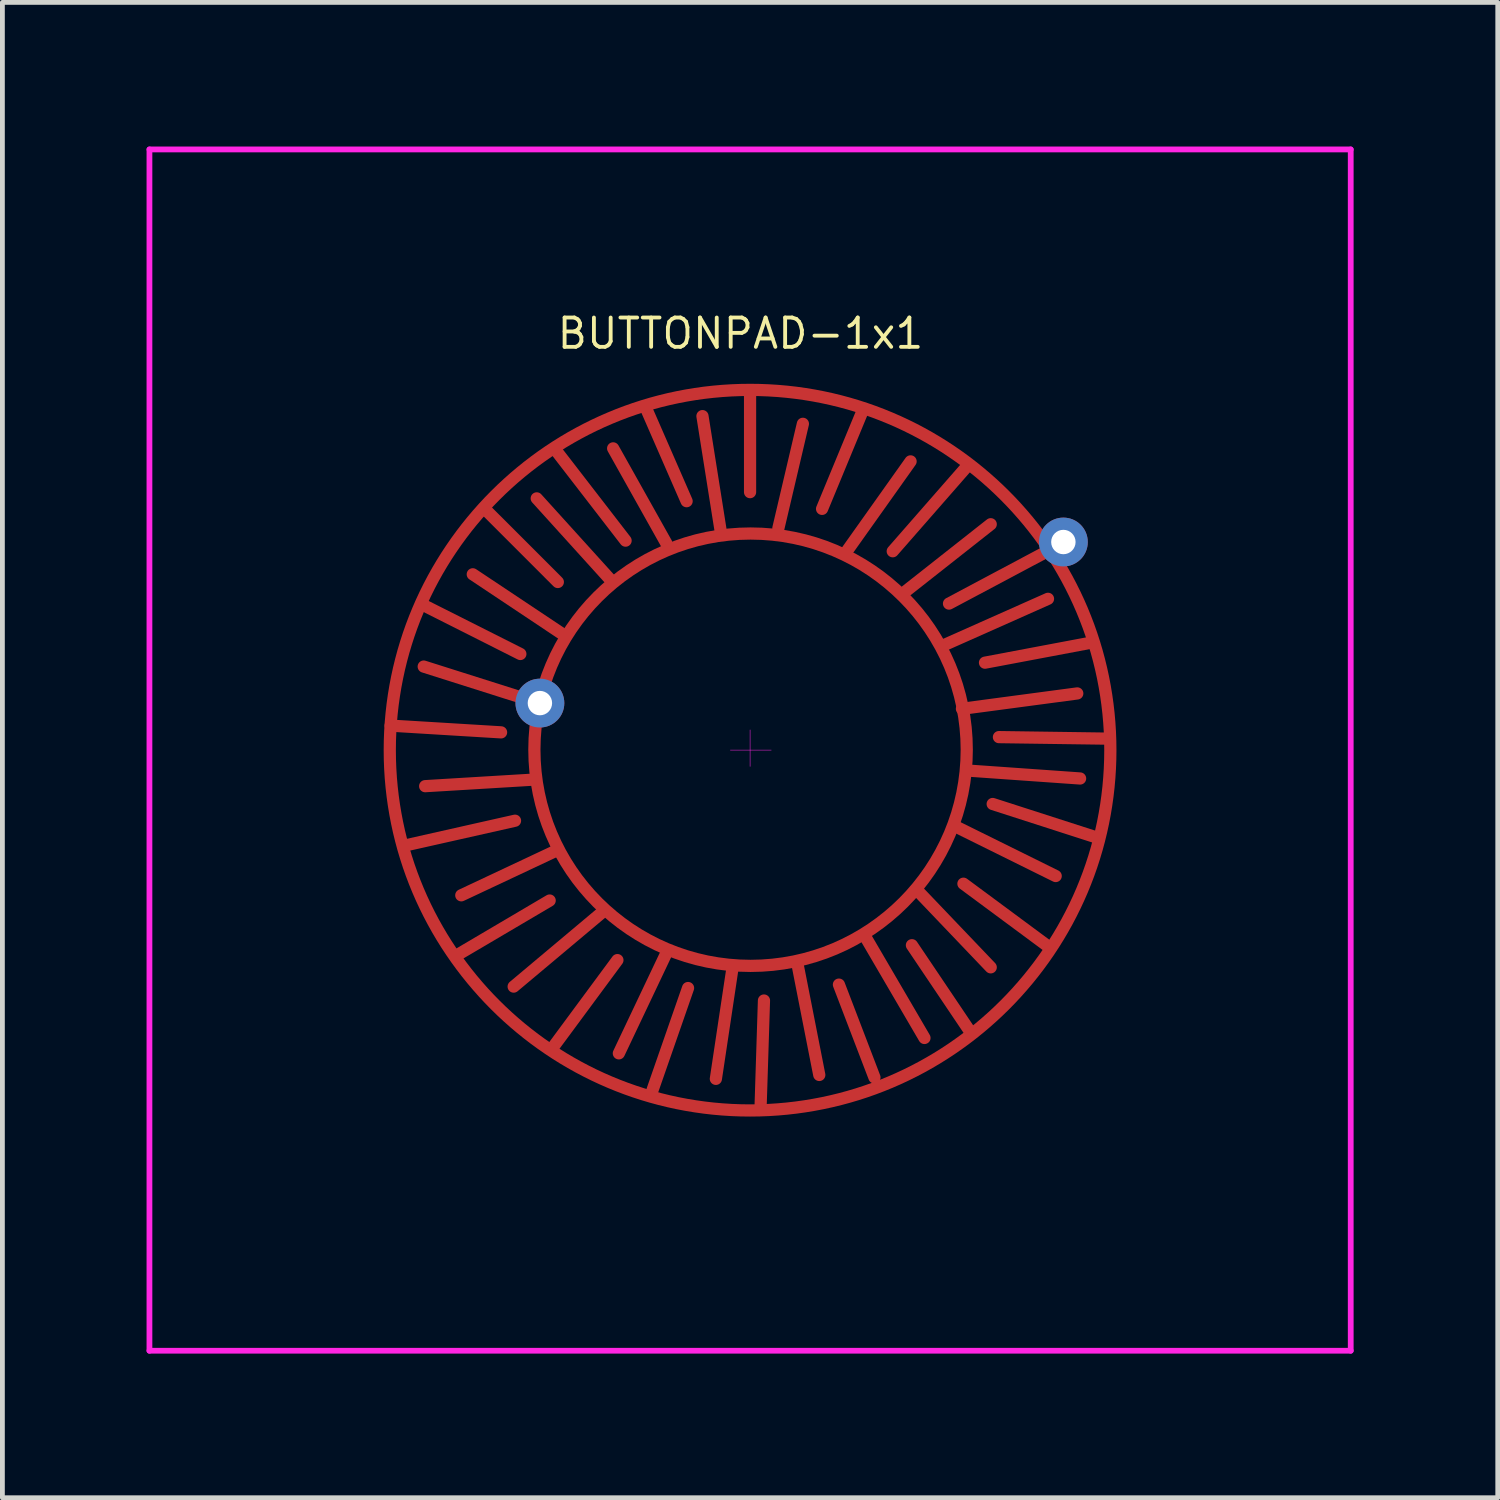
<source format=kicad_pcb>
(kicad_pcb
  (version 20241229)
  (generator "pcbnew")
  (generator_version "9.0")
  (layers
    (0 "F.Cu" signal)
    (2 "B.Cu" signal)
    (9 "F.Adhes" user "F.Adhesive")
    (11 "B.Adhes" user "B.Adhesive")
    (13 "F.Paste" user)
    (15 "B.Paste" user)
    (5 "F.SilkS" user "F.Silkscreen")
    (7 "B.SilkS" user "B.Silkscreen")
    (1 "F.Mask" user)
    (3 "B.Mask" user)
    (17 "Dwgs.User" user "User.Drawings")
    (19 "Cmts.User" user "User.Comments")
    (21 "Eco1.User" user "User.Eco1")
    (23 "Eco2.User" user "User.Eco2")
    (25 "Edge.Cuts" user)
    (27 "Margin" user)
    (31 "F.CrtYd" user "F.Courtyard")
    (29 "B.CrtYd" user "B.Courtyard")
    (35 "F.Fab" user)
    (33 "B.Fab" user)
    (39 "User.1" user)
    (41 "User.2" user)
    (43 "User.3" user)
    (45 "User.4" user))
  (footprint "BUTTONPAD-1x1"
    (layer "F.Cu")
    (at 12.56 12.56)
    (property "Reference" "BUTTONPAD-1x1" (at -0.2 -8.67 0) (layer "F.SilkS") (effects (font (size 0.61 0.61) (thickness 0.08))))
    (attr exclude_from_pos_files exclude_from_bom)
    (fp_line (start -7.481 -0.509) (end -5.182 -0.369) (stroke (width 0.254) (type solid)) (layer "F.Cu"))
    (fp_line (start -7.161 1.981) (end -4.892 1.47) (stroke (width 0.254) (type solid)) (layer "F.Cu"))
    (fp_line (start -6.841 -3.038) (end -4.781 -2) (stroke (width 0.254) (type solid)) (layer "F.Cu"))
    (fp_line (start -6.071 4.251) (end -4.171 3.131) (stroke (width 0.254) (type solid)) (layer "F.Cu"))
    (fp_line (start -5.502 -4.999) (end -4.001 -3.498) (stroke (width 0.254) (type solid)) (layer "F.Cu"))
    (fp_line (start -4.461 -0.999) (end -6.792 -1.738) (stroke (width 0.254) (type solid)) (layer "F.Cu"))
    (fp_line (start -4.461 0.612) (end -6.762 0.751) (stroke (width 0.254) (type solid)) (layer "F.Cu"))
    (fp_line (start -4.092 6.172) (end -2.761 4.371) (stroke (width 0.254) (type solid)) (layer "F.Cu"))
    (fp_line (start -4.011 -6.198) (end -2.591 -4.359) (stroke (width 0.254) (type solid)) (layer "F.Cu"))
    (fp_line (start -4.011 2.082) (end -6.01 3.022) (stroke (width 0.254) (type solid)) (layer "F.Cu"))
    (fp_line (start -3.851 -2.378) (end -5.771 -3.658) (stroke (width 0.254) (type solid)) (layer "F.Cu"))
    (fp_line (start -3.071 3.37) (end -4.92 4.922) (stroke (width 0.254) (type solid)) (layer "F.Cu"))
    (fp_line (start -2.911 -3.549) (end -4.44 -5.238) (stroke (width 0.254) (type solid)) (layer "F.Cu"))
    (fp_line (start -2.162 -7.107) (end -1.321 -5.18) (stroke (width 0.254) (type solid)) (layer "F.Cu"))
    (fp_line (start -2.032 7.081) (end -1.291 4.952) (stroke (width 0.254) (type solid)) (layer "F.Cu"))
    (fp_line (start -1.74 -4.298) (end -2.85 -6.279) (stroke (width 0.254) (type solid)) (layer "F.Cu"))
    (fp_line (start -1.74 4.221) (end -2.731 6.311) (stroke (width 0.254) (type solid)) (layer "F.Cu"))
    (fp_line (start -0.613 -4.567) (end -0.991 -6.95) (stroke (width 0.254) (type solid)) (layer "F.Cu"))
    (fp_line (start -0.371 4.571) (end -0.712 6.842) (stroke (width 0.254) (type solid)) (layer "F.Cu"))
    (fp_line (start -0.00038 -7.458) (end -0.00038 -5.368) (stroke (width 0.254) (type solid)) (layer "F.Cu"))
    (fp_line (start 0.218 7.442) (end 0.289 5.212) (stroke (width 0.254) (type solid)) (layer "F.Cu"))
    (fp_line (start 0.589 -4.618) (end 1.099 -6.79) (stroke (width 0.254) (type solid)) (layer "F.Cu"))
    (fp_line (start 0.988 4.462) (end 1.44 6.761) (stroke (width 0.254) (type solid)) (layer "F.Cu"))
    (fp_line (start 1.978 -4.09) (end 3.34 -6.008) (stroke (width 0.254) (type solid)) (layer "F.Cu"))
    (fp_line (start 2.329 -7.029) (end 1.498 -5.02) (stroke (width 0.254) (type solid)) (layer "F.Cu"))
    (fp_line (start 2.408 3.901) (end 3.629 5.991) (stroke (width 0.254) (type solid)) (layer "F.Cu"))
    (fp_line (start 2.588 6.812) (end 1.849 4.881) (stroke (width 0.254) (type solid)) (layer "F.Cu"))
    (fp_line (start 3.18 -3.259) (end 5.008 -4.7) (stroke (width 0.254) (type solid)) (layer "F.Cu"))
    (fp_line (start 3.5 2.941) (end 5.008 4.521) (stroke (width 0.254) (type solid)) (layer "F.Cu"))
    (fp_line (start 3.98 -2.16) (end 6.2 -3.148) (stroke (width 0.254) (type solid)) (layer "F.Cu"))
    (fp_line (start 4.3 1.602) (end 6.36 2.621) (stroke (width 0.254) (type solid)) (layer "F.Cu"))
    (fp_line (start 4.409 -0.859) (end 6.809 -1.179) (stroke (width 0.254) (type solid)) (layer "F.Cu"))
    (fp_line (start 4.518 -5.909) (end 2.969 -4.138) (stroke (width 0.254) (type solid)) (layer "F.Cu"))
    (fp_line (start 4.539 5.801) (end 3.368 4.061) (stroke (width 0.254) (type solid)) (layer "F.Cu"))
    (fp_line (start 4.6 0.431) (end 6.868 0.591) (stroke (width 0.254) (type solid)) (layer "F.Cu"))
    (fp_line (start 6.149 -4.118) (end 4.14 -3.049) (stroke (width 0.254) (type solid)) (layer "F.Cu"))
    (fp_line (start 6.169 4.061) (end 4.44 2.781) (stroke (width 0.254) (type solid)) (layer "F.Cu"))
    (fp_line (start 7.109 -2.238) (end 4.889 -1.819) (stroke (width 0.254) (type solid)) (layer "F.Cu"))
    (fp_line (start 7.218 1.821) (end 5.049 1.122) (stroke (width 0.254) (type solid)) (layer "F.Cu"))
    (fp_line (start 7.378 -0.239) (end 5.179 -0.27) (stroke (width 0.254) (type solid)) (layer "F.Cu"))
    (fp_circle (center -0.00038 0.002) (end -0.00038 -7.496) (stroke (width 0.254) (type solid)) (fill no) (layer "F.Cu"))
    (fp_circle (center 0.01 -0.008) (end 0.01 -4.507) (stroke (width 0.254) (type solid)) (fill no) (layer "F.Cu"))
    (fp_line (start -7.471 -0.509) (end -5.182 -0.369) (stroke (width 0.254) (type solid)) (layer "F.Mask"))
    (fp_line (start -6.841 -3.028) (end -4.781 -2) (stroke (width 0.254) (type solid)) (layer "F.Mask"))
    (fp_line (start -6.792 -1.738) (end -4.423 -0.978) (stroke (width 0.254) (type solid)) (layer "F.Mask"))
    (fp_line (start -6.762 0.751) (end -4.461 0.601) (stroke (width 0.254) (type solid)) (layer "F.Mask"))
    (fp_line (start -6.122 4.282) (end -4.171 3.131) (stroke (width 0.254) (type solid)) (layer "F.Mask"))
    (fp_line (start -6.01 3.022) (end -4.011 2.082) (stroke (width 0.254) (type solid)) (layer "F.Mask"))
    (fp_line (start -5.771 -3.658) (end -3.912 -2.429) (stroke (width 0.254) (type solid)) (layer "F.Mask"))
    (fp_line (start -5.522 -5.009) (end -4.001 -3.498) (stroke (width 0.254) (type solid)) (layer "F.Mask"))
    (fp_line (start -4.892 1.47) (end -7.171 1.981) (stroke (width 0.254) (type solid)) (layer "F.Mask"))
    (fp_line (start -4.44 -5.238) (end -2.881 -3.518) (stroke (width 0.254) (type solid)) (layer "F.Mask"))
    (fp_line (start -4.042 -6.239) (end -2.591 -4.359) (stroke (width 0.254) (type solid)) (layer "F.Mask"))
    (fp_line (start -3.051 3.342) (end -4.92 4.922) (stroke (width 0.254) (type solid)) (layer "F.Mask"))
    (fp_line (start -2.85 -6.279) (end -1.74 -4.298) (stroke (width 0.254) (type solid)) (layer "F.Mask"))
    (fp_line (start -2.761 4.371) (end -4.102 6.222) (stroke (width 0.254) (type solid)) (layer "F.Mask"))
    (fp_line (start -2.741 6.311) (end -1.75 4.251) (stroke (width 0.254) (type solid)) (layer "F.Mask"))
    (fp_line (start -1.321 -5.18) (end -2.182 -7.148) (stroke (width 0.254) (type solid)) (layer "F.Mask"))
    (fp_line (start -1.291 4.952) (end -2.05 7.132) (stroke (width 0.254) (type solid)) (layer "F.Mask"))
    (fp_line (start -0.712 6.842) (end -0.361 4.51) (stroke (width 0.254) (type solid)) (layer "F.Mask"))
    (fp_line (start -0.582 -4.479) (end -0.991 -6.95) (stroke (width 0.254) (type solid)) (layer "F.Mask"))
    (fp_line (start -0.00038 -5.368) (end -0.00038 -7.488) (stroke (width 0.254) (type solid)) (layer "F.Mask"))
    (fp_line (start 0.289 5.212) (end 0.218 7.442) (stroke (width 0.254) (type solid)) (layer "F.Mask"))
    (fp_line (start 0.558 -4.509) (end 1.099 -6.79) (stroke (width 0.254) (type solid)) (layer "F.Mask"))
    (fp_line (start 1.44 6.761) (end 0.978 4.411) (stroke (width 0.254) (type solid)) (layer "F.Mask"))
    (fp_line (start 1.498 -5.02) (end 2.339 -7.039) (stroke (width 0.254) (type solid)) (layer "F.Mask"))
    (fp_line (start 1.849 4.881) (end 2.629 6.931) (stroke (width 0.254) (type solid)) (layer "F.Mask"))
    (fp_line (start 1.999 -4.098) (end 3.34 -6.008) (stroke (width 0.254) (type solid)) (layer "F.Mask"))
    (fp_line (start 3.19 -3.27) (end 5.008 -4.7) (stroke (width 0.254) (type solid)) (layer "F.Mask"))
    (fp_line (start 3.368 4.061) (end 4.569 5.841) (stroke (width 0.254) (type solid)) (layer "F.Mask"))
    (fp_line (start 3.459 2.9) (end 5.008 4.521) (stroke (width 0.254) (type solid)) (layer "F.Mask"))
    (fp_line (start 3.629 5.981) (end 2.38 3.842) (stroke (width 0.254) (type solid)) (layer "F.Mask"))
    (fp_line (start 4.028 -2.18) (end 6.2 -3.148) (stroke (width 0.254) (type solid)) (layer "F.Mask"))
    (fp_line (start 4.14 -3.049) (end 6.169 -4.138) (stroke (width 0.254) (type solid)) (layer "F.Mask"))
    (fp_line (start 4.229 1.572) (end 6.36 2.621) (stroke (width 0.254) (type solid)) (layer "F.Mask"))
    (fp_line (start 4.44 2.781) (end 6.19 4.081) (stroke (width 0.254) (type solid)) (layer "F.Mask"))
    (fp_line (start 4.467 -0.859) (end 6.809 -1.179) (stroke (width 0.254) (type solid)) (layer "F.Mask"))
    (fp_line (start 4.508 0.431) (end 6.868 0.591) (stroke (width 0.254) (type solid)) (layer "F.Mask"))
    (fp_line (start 4.528 -5.919) (end 2.969 -4.138) (stroke (width 0.254) (type solid)) (layer "F.Mask"))
    (fp_line (start 4.889 -1.819) (end 7.129 -2.238) (stroke (width 0.254) (type solid)) (layer "F.Mask"))
    (fp_line (start 5.049 1.122) (end 7.168 1.8) (stroke (width 0.254) (type solid)) (layer "F.Mask"))
    (fp_line (start 5.169 -0.27) (end 7.46 -0.239) (stroke (width 0.254) (type solid)) (layer "F.Mask"))
    (fp_circle (center -0.00038 -0.008) (end -0.00038 -4.517) (stroke (width 0.254) (type solid)) (fill no) (layer "F.Mask"))
    (fp_circle (center -0.00038 0.002) (end -0.00038 -7.496) (stroke (width 0.254) (type solid)) (fill no) (layer "F.Mask"))
    (fp_line (start -12.5 -12.5) (end -12.5 12.5) (stroke (width 0.12) (type solid)) (layer "F.CrtYd"))
    (fp_line (start -12.5 12.5) (end 12.5 12.5) (stroke (width 0.12) (type solid)) (layer "F.CrtYd"))
    (fp_line (start 0 0.34) (end 0 -0.42) (stroke (width 0.01) (type solid)) (layer "F.CrtYd"))
    (fp_line (start 0.44 0) (end -0.41 0) (stroke (width 0.01) (type solid)) (layer "F.CrtYd"))
    (fp_line (start 12.5 -12.5) (end -12.5 -12.5) (stroke (width 0.12) (type solid)) (layer "F.CrtYd"))
    (fp_line (start 12.5 12.5) (end 12.5 -12.5) (stroke (width 0.12) (type solid)) (layer "F.CrtYd"))
    (pad "1" thru_hole circle (at -4.374 -0.978) (size 1.016 1.016) (drill 0.508) (layers "*.Cu" "*.Mask"))
    (pad "2" thru_hole circle (at 6.52 -4.33) (size 1.016 1.016) (drill 0.508) (layers "*.Cu" "*.Mask")))
  (gr_rect
    (start -3 -3)
    (end 28.12 28.12)
    (stroke (width 0.1) (type default))
    (fill no)
    (layer "Edge.Cuts")))
</source>
